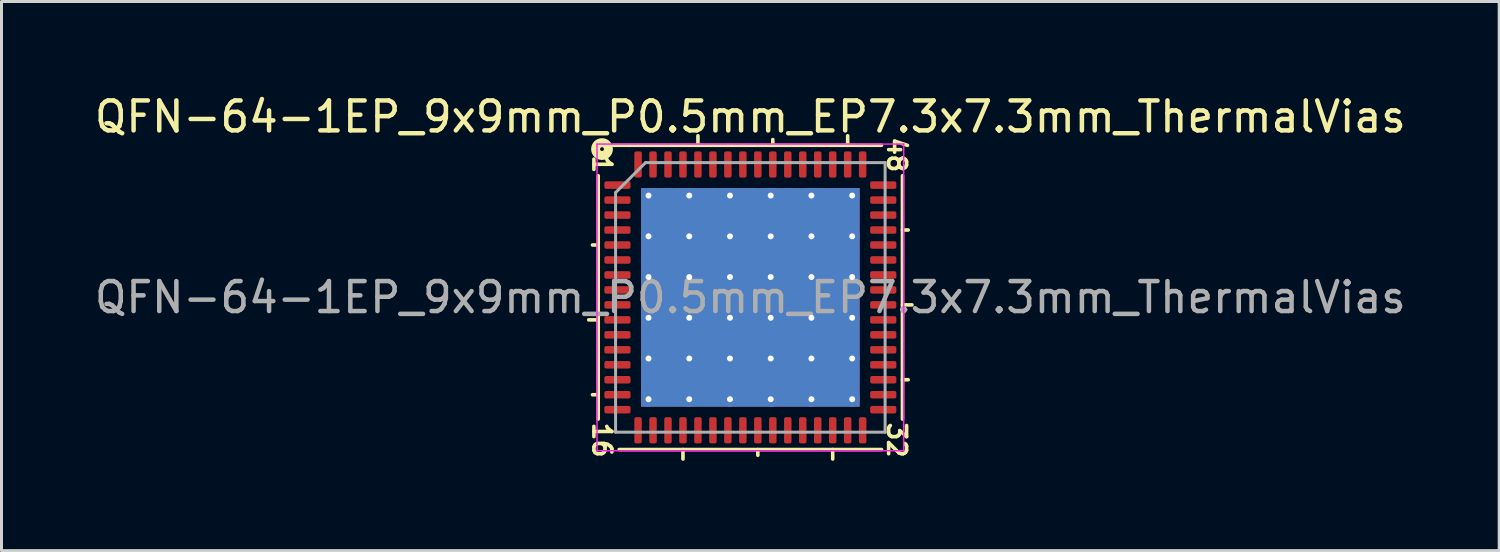
<source format=kicad_pcb>
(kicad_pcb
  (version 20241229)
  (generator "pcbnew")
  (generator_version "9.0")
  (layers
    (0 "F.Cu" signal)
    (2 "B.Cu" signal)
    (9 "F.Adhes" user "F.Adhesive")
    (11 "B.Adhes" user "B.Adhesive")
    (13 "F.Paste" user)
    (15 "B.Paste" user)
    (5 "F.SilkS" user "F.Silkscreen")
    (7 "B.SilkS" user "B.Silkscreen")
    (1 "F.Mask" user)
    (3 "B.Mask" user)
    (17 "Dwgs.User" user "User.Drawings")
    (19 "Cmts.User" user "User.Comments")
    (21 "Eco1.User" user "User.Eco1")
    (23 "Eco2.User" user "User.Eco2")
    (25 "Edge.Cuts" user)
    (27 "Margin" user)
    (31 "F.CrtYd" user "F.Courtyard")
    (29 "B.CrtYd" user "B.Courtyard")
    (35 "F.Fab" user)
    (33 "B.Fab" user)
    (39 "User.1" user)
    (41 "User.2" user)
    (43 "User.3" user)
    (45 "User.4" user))
  (footprint "QFN-64-1EP_9x9mm_P0.5mm_EP7.3x7.3mm_ThermalVias"
    (layer "F.Cu")
    (at 22.006 6.881)
    (property "Reference" "QFN-64-1EP_9x9mm_P0.5mm_EP7.3x7.3mm_ThermalVias" (at 0 -6.032 0) (layer "F.SilkS") (effects (font (size 1 1) (thickness 0.15))))
    (attr smd)
    (fp_line (start -5.08 -4.064) (end -5.08 4.064) (stroke (width 0.12) (type solid)) (layer "F.SilkS"))
    (fp_line (start -5.08 -1.75) (end -5.271 -1.75) (stroke (width 0.12) (type solid)) (layer "F.SilkS"))
    (fp_line (start -5.08 0.75) (end -5.397 0.75) (stroke (width 0.12) (type solid)) (layer "F.SilkS"))
    (fp_line (start -5.08 3.25) (end -5.271 3.25) (stroke (width 0.12) (type solid)) (layer "F.SilkS"))
    (fp_line (start -4.381 5.08) (end 4.381 5.08) (stroke (width 0.12) (type solid)) (layer "F.SilkS"))
    (fp_line (start -2.25 5.08) (end -2.25 5.397) (stroke (width 0.12) (type solid)) (layer "F.SilkS"))
    (fp_line (start -1.75 -5.08) (end -1.75 -5.397) (stroke (width 0.12) (type solid)) (layer "F.SilkS"))
    (fp_line (start 0.25 5.08) (end 0.25 5.271) (stroke (width 0.12) (type solid)) (layer "F.SilkS"))
    (fp_line (start 0.75 -5.08) (end 0.75 -5.271) (stroke (width 0.12) (type solid)) (layer "F.SilkS"))
    (fp_line (start 2.75 5.08) (end 2.75 5.397) (stroke (width 0.12) (type solid)) (layer "F.SilkS"))
    (fp_line (start 3.25 -5.08) (end 3.25 -5.397) (stroke (width 0.12) (type solid)) (layer "F.SilkS"))
    (fp_line (start 4.381 -5.08) (end -4.572 -5.08) (stroke (width 0.12) (type solid)) (layer "F.SilkS"))
    (fp_line (start 5.08 -2.25) (end 5.271 -2.25) (stroke (width 0.12) (type solid)) (layer "F.SilkS"))
    (fp_line (start 5.08 0.25) (end 5.397 0.25) (stroke (width 0.12) (type solid)) (layer "F.SilkS"))
    (fp_line (start 5.08 2.75) (end 5.271 2.75) (stroke (width 0.12) (type solid)) (layer "F.SilkS"))
    (fp_line (start 5.08 4.064) (end 5.08 -4.064) (stroke (width 0.12) (type solid)) (layer "F.SilkS"))
    (fp_circle (center -4.953 -4.953) (end -4.889 -4.953) (stroke (width 0.3) (type solid)) (fill no) (layer "F.SilkS"))
    (fp_line (start -5.12 -5.12) (end -5.12 5.12) (stroke (width 0.05) (type solid)) (layer "F.CrtYd"))
    (fp_line (start -5.12 5.12) (end 5.12 5.12) (stroke (width 0.05) (type solid)) (layer "F.CrtYd"))
    (fp_line (start 5.12 -5.12) (end -5.12 -5.12) (stroke (width 0.05) (type solid)) (layer "F.CrtYd"))
    (fp_line (start 5.12 5.12) (end 5.12 -5.12) (stroke (width 0.05) (type solid)) (layer "F.CrtYd"))
    (fp_line (start -4.5 -3.5) (end -3.5 -4.5) (stroke (width 0.1) (type solid)) (layer "F.Fab"))
    (fp_line (start -4.5 4.5) (end -4.5 -3.5) (stroke (width 0.1) (type solid)) (layer "F.Fab"))
    (fp_line (start -3.5 -4.5) (end 4.5 -4.5) (stroke (width 0.1) (type solid)) (layer "F.Fab"))
    (fp_line (start 4.5 -4.5) (end 4.5 4.5) (stroke (width 0.1) (type solid)) (layer "F.Fab"))
    (fp_line (start 4.5 4.5) (end -4.5 4.5) (stroke (width 0.1) (type solid)) (layer "F.Fab"))
    (fp_text user "1" (at -4.953 -4.445 270) (unlocked yes) (layer "F.SilkS") (effects (font (size 0.6 0.6) (thickness 0.12))))
    (fp_text user "32" (at 4.889 4.763 270) (unlocked yes) (layer "F.SilkS") (effects (font (size 0.6 0.6) (thickness 0.12))))
    (fp_text user "16" (at -4.953 4.763 270) (unlocked yes) (layer "F.SilkS") (effects (font (size 0.6 0.6) (thickness 0.12))))
    (fp_text user "48" (at 4.889 -4.763 270) (unlocked yes) (layer "F.SilkS") (effects (font (size 0.6 0.6) (thickness 0.12))))
    (fp_text user "${REFERENCE}" (at 0 0 0) (layer "F.Fab") (effects (font (size 1 1) (thickness 0.15))))
    (pad "" smd roundrect (at -2.72 -2.72) (size 1.177 1.177) (layers "F.Paste") (roundrect_rratio 0.212))
    (pad "" smd roundrect (at -2.72 -1.36) (size 1.177 1.177) (layers "F.Paste") (roundrect_rratio 0.212))
    (pad "" smd roundrect (at -2.72 0) (size 1.177 1.177) (layers "F.Paste") (roundrect_rratio 0.212))
    (pad "" smd roundrect (at -2.72 1.36) (size 1.177 1.177) (layers "F.Paste") (roundrect_rratio 0.212))
    (pad "" smd roundrect (at -2.72 2.72) (size 1.177 1.177) (layers "F.Paste") (roundrect_rratio 0.212))
    (pad "" smd roundrect (at -1.36 -2.72) (size 1.177 1.177) (layers "F.Paste") (roundrect_rratio 0.212))
    (pad "" smd roundrect (at -1.36 -1.36) (size 1.177 1.177) (layers "F.Paste") (roundrect_rratio 0.212))
    (pad "" smd roundrect (at -1.36 0) (size 1.177 1.177) (layers "F.Paste") (roundrect_rratio 0.212))
    (pad "" smd roundrect (at -1.36 1.36) (size 1.177 1.177) (layers "F.Paste") (roundrect_rratio 0.212))
    (pad "" smd roundrect (at -1.36 2.72) (size 1.177 1.177) (layers "F.Paste") (roundrect_rratio 0.212))
    (pad "" smd roundrect (at 0 -2.72) (size 1.177 1.177) (layers "F.Paste") (roundrect_rratio 0.212))
    (pad "" smd roundrect (at 0 -1.36) (size 1.177 1.177) (layers "F.Paste") (roundrect_rratio 0.212))
    (pad "" smd roundrect (at 0 0) (size 1.177 1.177) (layers "F.Paste") (roundrect_rratio 0.212))
    (pad "" smd roundrect (at 0 1.36) (size 1.177 1.177) (layers "F.Paste") (roundrect_rratio 0.212))
    (pad "" smd roundrect (at 0 2.72) (size 1.177 1.177) (layers "F.Paste") (roundrect_rratio 0.212))
    (pad "" smd roundrect (at 1.36 -2.72) (size 1.177 1.177) (layers "F.Paste") (roundrect_rratio 0.212))
    (pad "" smd roundrect (at 1.36 -1.36) (size 1.177 1.177) (layers "F.Paste") (roundrect_rratio 0.212))
    (pad "" smd roundrect (at 1.36 0) (size 1.177 1.177) (layers "F.Paste") (roundrect_rratio 0.212))
    (pad "" smd roundrect (at 1.36 1.36) (size 1.177 1.177) (layers "F.Paste") (roundrect_rratio 0.212))
    (pad "" smd roundrect (at 1.36 2.72) (size 1.177 1.177) (layers "F.Paste") (roundrect_rratio 0.212))
    (pad "" smd roundrect (at 2.72 -2.72) (size 1.177 1.177) (layers "F.Paste") (roundrect_rratio 0.212))
    (pad "" smd roundrect (at 2.72 -1.36) (size 1.177 1.177) (layers "F.Paste") (roundrect_rratio 0.212))
    (pad "" smd roundrect (at 2.72 0) (size 1.177 1.177) (layers "F.Paste") (roundrect_rratio 0.212))
    (pad "" smd roundrect (at 2.72 1.36) (size 1.177 1.177) (layers "F.Paste") (roundrect_rratio 0.212))
    (pad "" smd roundrect (at 2.72 2.72) (size 1.177 1.177) (layers "F.Paste") (roundrect_rratio 0.212))
    (pad "1" smd roundrect (at -4.438 -3.75) (size 0.875 0.25) (layers "F.Cu" "F.Mask" "F.Paste") (roundrect_rratio 0.25))
    (pad "2" smd roundrect (at -4.438 -3.25) (size 0.875 0.25) (layers "F.Cu" "F.Mask" "F.Paste") (roundrect_rratio 0.25))
    (pad "3" smd roundrect (at -4.438 -2.75) (size 0.875 0.25) (layers "F.Cu" "F.Mask" "F.Paste") (roundrect_rratio 0.25))
    (pad "4" smd roundrect (at -4.438 -2.25) (size 0.875 0.25) (layers "F.Cu" "F.Mask" "F.Paste") (roundrect_rratio 0.25))
    (pad "5" smd roundrect (at -4.438 -1.75) (size 0.875 0.25) (layers "F.Cu" "F.Mask" "F.Paste") (roundrect_rratio 0.25))
    (pad "6" smd roundrect (at -4.438 -1.25) (size 0.875 0.25) (layers "F.Cu" "F.Mask" "F.Paste") (roundrect_rratio 0.25))
    (pad "7" smd roundrect (at -4.438 -0.75) (size 0.875 0.25) (layers "F.Cu" "F.Mask" "F.Paste") (roundrect_rratio 0.25))
    (pad "8" smd roundrect (at -4.438 -0.25) (size 0.875 0.25) (layers "F.Cu" "F.Mask" "F.Paste") (roundrect_rratio 0.25))
    (pad "9" smd roundrect (at -4.438 0.25) (size 0.875 0.25) (layers "F.Cu" "F.Mask" "F.Paste") (roundrect_rratio 0.25))
    (pad "10" smd roundrect (at -4.438 0.75) (size 0.875 0.25) (layers "F.Cu" "F.Mask" "F.Paste") (roundrect_rratio 0.25))
    (pad "11" smd roundrect (at -4.438 1.25) (size 0.875 0.25) (layers "F.Cu" "F.Mask" "F.Paste") (roundrect_rratio 0.25))
    (pad "12" smd roundrect (at -4.438 1.75) (size 0.875 0.25) (layers "F.Cu" "F.Mask" "F.Paste") (roundrect_rratio 0.25))
    (pad "13" smd roundrect (at -4.438 2.25) (size 0.875 0.25) (layers "F.Cu" "F.Mask" "F.Paste") (roundrect_rratio 0.25))
    (pad "14" smd roundrect (at -4.438 2.75) (size 0.875 0.25) (layers "F.Cu" "F.Mask" "F.Paste") (roundrect_rratio 0.25))
    (pad "15" smd roundrect (at -4.438 3.25) (size 0.875 0.25) (layers "F.Cu" "F.Mask" "F.Paste") (roundrect_rratio 0.25))
    (pad "16" smd roundrect (at -4.438 3.75) (size 0.875 0.25) (layers "F.Cu" "F.Mask" "F.Paste") (roundrect_rratio 0.25))
    (pad "17" smd roundrect (at -3.75 4.438) (size 0.25 0.875) (layers "F.Cu" "F.Mask" "F.Paste") (roundrect_rratio 0.25))
    (pad "18" smd roundrect (at -3.25 4.438) (size 0.25 0.875) (layers "F.Cu" "F.Mask" "F.Paste") (roundrect_rratio 0.25))
    (pad "19" smd roundrect (at -2.75 4.438) (size 0.25 0.875) (layers "F.Cu" "F.Mask" "F.Paste") (roundrect_rratio 0.25))
    (pad "20" smd roundrect (at -2.25 4.438) (size 0.25 0.875) (layers "F.Cu" "F.Mask" "F.Paste") (roundrect_rratio 0.25))
    (pad "21" smd roundrect (at -1.75 4.438) (size 0.25 0.875) (layers "F.Cu" "F.Mask" "F.Paste") (roundrect_rratio 0.25))
    (pad "22" smd roundrect (at -1.25 4.438) (size 0.25 0.875) (layers "F.Cu" "F.Mask" "F.Paste") (roundrect_rratio 0.25))
    (pad "23" smd roundrect (at -0.75 4.438) (size 0.25 0.875) (layers "F.Cu" "F.Mask" "F.Paste") (roundrect_rratio 0.25))
    (pad "24" smd roundrect (at -0.25 4.438) (size 0.25 0.875) (layers "F.Cu" "F.Mask" "F.Paste") (roundrect_rratio 0.25))
    (pad "25" smd roundrect (at 0.25 4.438) (size 0.25 0.875) (layers "F.Cu" "F.Mask" "F.Paste") (roundrect_rratio 0.25))
    (pad "26" smd roundrect (at 0.75 4.438) (size 0.25 0.875) (layers "F.Cu" "F.Mask" "F.Paste") (roundrect_rratio 0.25))
    (pad "27" smd roundrect (at 1.25 4.438) (size 0.25 0.875) (layers "F.Cu" "F.Mask" "F.Paste") (roundrect_rratio 0.25))
    (pad "28" smd roundrect (at 1.75 4.438) (size 0.25 0.875) (layers "F.Cu" "F.Mask" "F.Paste") (roundrect_rratio 0.25))
    (pad "29" smd roundrect (at 2.25 4.438) (size 0.25 0.875) (layers "F.Cu" "F.Mask" "F.Paste") (roundrect_rratio 0.25))
    (pad "30" smd roundrect (at 2.75 4.438) (size 0.25 0.875) (layers "F.Cu" "F.Mask" "F.Paste") (roundrect_rratio 0.25))
    (pad "31" smd roundrect (at 3.25 4.438) (size 0.25 0.875) (layers "F.Cu" "F.Mask" "F.Paste") (roundrect_rratio 0.25))
    (pad "32" smd roundrect (at 3.75 4.438) (size 0.25 0.875) (layers "F.Cu" "F.Mask" "F.Paste") (roundrect_rratio 0.25))
    (pad "33" smd roundrect (at 4.438 3.75) (size 0.875 0.25) (layers "F.Cu" "F.Mask" "F.Paste") (roundrect_rratio 0.25))
    (pad "34" smd roundrect (at 4.438 3.25) (size 0.875 0.25) (layers "F.Cu" "F.Mask" "F.Paste") (roundrect_rratio 0.25))
    (pad "35" smd roundrect (at 4.438 2.75) (size 0.875 0.25) (layers "F.Cu" "F.Mask" "F.Paste") (roundrect_rratio 0.25))
    (pad "36" smd roundrect (at 4.438 2.25) (size 0.875 0.25) (layers "F.Cu" "F.Mask" "F.Paste") (roundrect_rratio 0.25))
    (pad "37" smd roundrect (at 4.438 1.75) (size 0.875 0.25) (layers "F.Cu" "F.Mask" "F.Paste") (roundrect_rratio 0.25))
    (pad "38" smd roundrect (at 4.438 1.25) (size 0.875 0.25) (layers "F.Cu" "F.Mask" "F.Paste") (roundrect_rratio 0.25))
    (pad "39" smd roundrect (at 4.438 0.75) (size 0.875 0.25) (layers "F.Cu" "F.Mask" "F.Paste") (roundrect_rratio 0.25))
    (pad "40" smd roundrect (at 4.438 0.25) (size 0.875 0.25) (layers "F.Cu" "F.Mask" "F.Paste") (roundrect_rratio 0.25))
    (pad "41" smd roundrect (at 4.438 -0.25) (size 0.875 0.25) (layers "F.Cu" "F.Mask" "F.Paste") (roundrect_rratio 0.25))
    (pad "42" smd roundrect (at 4.438 -0.75) (size 0.875 0.25) (layers "F.Cu" "F.Mask" "F.Paste") (roundrect_rratio 0.25))
    (pad "43" smd roundrect (at 4.438 -1.25) (size 0.875 0.25) (layers "F.Cu" "F.Mask" "F.Paste") (roundrect_rratio 0.25))
    (pad "44" smd roundrect (at 4.438 -1.75) (size 0.875 0.25) (layers "F.Cu" "F.Mask" "F.Paste") (roundrect_rratio 0.25))
    (pad "45" smd roundrect (at 4.438 -2.25) (size 0.875 0.25) (layers "F.Cu" "F.Mask" "F.Paste") (roundrect_rratio 0.25))
    (pad "46" smd roundrect (at 4.438 -2.75) (size 0.875 0.25) (layers "F.Cu" "F.Mask" "F.Paste") (roundrect_rratio 0.25))
    (pad "47" smd roundrect (at 4.438 -3.25) (size 0.875 0.25) (layers "F.Cu" "F.Mask" "F.Paste") (roundrect_rratio 0.25))
    (pad "48" smd roundrect (at 4.438 -3.75) (size 0.875 0.25) (layers "F.Cu" "F.Mask" "F.Paste") (roundrect_rratio 0.25))
    (pad "49" smd roundrect (at 3.75 -4.438) (size 0.25 0.875) (layers "F.Cu" "F.Mask" "F.Paste") (roundrect_rratio 0.25))
    (pad "50" smd roundrect (at 3.25 -4.438) (size 0.25 0.875) (layers "F.Cu" "F.Mask" "F.Paste") (roundrect_rratio 0.25))
    (pad "51" smd roundrect (at 2.75 -4.438) (size 0.25 0.875) (layers "F.Cu" "F.Mask" "F.Paste") (roundrect_rratio 0.25))
    (pad "52" smd roundrect (at 2.25 -4.438) (size 0.25 0.875) (layers "F.Cu" "F.Mask" "F.Paste") (roundrect_rratio 0.25))
    (pad "53" smd roundrect (at 1.75 -4.438) (size 0.25 0.875) (layers "F.Cu" "F.Mask" "F.Paste") (roundrect_rratio 0.25))
    (pad "54" smd roundrect (at 1.25 -4.438) (size 0.25 0.875) (layers "F.Cu" "F.Mask" "F.Paste") (roundrect_rratio 0.25))
    (pad "55" smd roundrect (at 0.75 -4.438) (size 0.25 0.875) (layers "F.Cu" "F.Mask" "F.Paste") (roundrect_rratio 0.25))
    (pad "56" smd roundrect (at 0.25 -4.438) (size 0.25 0.875) (layers "F.Cu" "F.Mask" "F.Paste") (roundrect_rratio 0.25))
    (pad "57" smd roundrect (at -0.25 -4.438) (size 0.25 0.875) (layers "F.Cu" "F.Mask" "F.Paste") (roundrect_rratio 0.25))
    (pad "58" smd roundrect (at -0.75 -4.438) (size 0.25 0.875) (layers "F.Cu" "F.Mask" "F.Paste") (roundrect_rratio 0.25))
    (pad "59" smd roundrect (at -1.25 -4.438) (size 0.25 0.875) (layers "F.Cu" "F.Mask" "F.Paste") (roundrect_rratio 0.25))
    (pad "60" smd roundrect (at -1.75 -4.438) (size 0.25 0.875) (layers "F.Cu" "F.Mask" "F.Paste") (roundrect_rratio 0.25))
    (pad "61" smd roundrect (at -2.25 -4.438) (size 0.25 0.875) (layers "F.Cu" "F.Mask" "F.Paste") (roundrect_rratio 0.25))
    (pad "62" smd roundrect (at -2.75 -4.438) (size 0.25 0.875) (layers "F.Cu" "F.Mask" "F.Paste") (roundrect_rratio 0.25))
    (pad "63" smd roundrect (at -3.25 -4.438) (size 0.25 0.875) (layers "F.Cu" "F.Mask" "F.Paste") (roundrect_rratio 0.25))
    (pad "64" smd roundrect (at -3.75 -4.438) (size 0.25 0.875) (layers "F.Cu" "F.Mask" "F.Paste") (roundrect_rratio 0.25))
    (pad "65" thru_hole circle (at -3.4 -3.4) (size 0.5 0.5) (drill 0.2) (layers "*.Cu"))
    (pad "65" thru_hole circle (at -3.4 -2.04) (size 0.5 0.5) (drill 0.2) (layers "*.Cu"))
    (pad "65" thru_hole circle (at -3.4 -0.68) (size 0.5 0.5) (drill 0.2) (layers "*.Cu"))
    (pad "65" thru_hole circle (at -3.4 0.68) (size 0.5 0.5) (drill 0.2) (layers "*.Cu"))
    (pad "65" thru_hole circle (at -3.4 2.04) (size 0.5 0.5) (drill 0.2) (layers "*.Cu"))
    (pad "65" thru_hole circle (at -3.4 3.4) (size 0.5 0.5) (drill 0.2) (layers "*.Cu"))
    (pad "65" thru_hole circle (at -2.04 -3.4) (size 0.5 0.5) (drill 0.2) (layers "*.Cu"))
    (pad "65" thru_hole circle (at -2.04 -2.04) (size 0.5 0.5) (drill 0.2) (layers "*.Cu"))
    (pad "65" thru_hole circle (at -2.04 -0.68) (size 0.5 0.5) (drill 0.2) (layers "*.Cu"))
    (pad "65" thru_hole circle (at -2.04 0.68) (size 0.5 0.5) (drill 0.2) (layers "*.Cu"))
    (pad "65" thru_hole circle (at -2.04 2.04) (size 0.5 0.5) (drill 0.2) (layers "*.Cu"))
    (pad "65" thru_hole circle (at -2.04 3.4) (size 0.5 0.5) (drill 0.2) (layers "*.Cu"))
    (pad "65" thru_hole circle (at -0.68 -3.4) (size 0.5 0.5) (drill 0.2) (layers "*.Cu"))
    (pad "65" thru_hole circle (at -0.68 -2.04) (size 0.5 0.5) (drill 0.2) (layers "*.Cu"))
    (pad "65" thru_hole circle (at -0.68 -0.68) (size 0.5 0.5) (drill 0.2) (layers "*.Cu"))
    (pad "65" thru_hole circle (at -0.68 0.68) (size 0.5 0.5) (drill 0.2) (layers "*.Cu"))
    (pad "65" thru_hole circle (at -0.68 2.04) (size 0.5 0.5) (drill 0.2) (layers "*.Cu"))
    (pad "65" thru_hole circle (at -0.68 3.4) (size 0.5 0.5) (drill 0.2) (layers "*.Cu"))
    (pad "65" smd rect (at 0 0) (size 7.3 7.3) (layers "F.Cu" "F.Mask"))
    (pad "65" smd rect (at 0 0) (size 7.3 7.3) (layers "B.Cu" "B.Mask"))
    (pad "65" thru_hole circle (at 0.68 -3.4) (size 0.5 0.5) (drill 0.2) (layers "*.Cu"))
    (pad "65" thru_hole circle (at 0.68 -2.04) (size 0.5 0.5) (drill 0.2) (layers "*.Cu"))
    (pad "65" thru_hole circle (at 0.68 -0.68) (size 0.5 0.5) (drill 0.2) (layers "*.Cu"))
    (pad "65" thru_hole circle (at 0.68 0.68) (size 0.5 0.5) (drill 0.2) (layers "*.Cu"))
    (pad "65" thru_hole circle (at 0.68 2.04) (size 0.5 0.5) (drill 0.2) (layers "*.Cu"))
    (pad "65" thru_hole circle (at 0.68 3.4) (size 0.5 0.5) (drill 0.2) (layers "*.Cu"))
    (pad "65" thru_hole circle (at 2.04 -3.4) (size 0.5 0.5) (drill 0.2) (layers "*.Cu"))
    (pad "65" thru_hole circle (at 2.04 -2.04) (size 0.5 0.5) (drill 0.2) (layers "*.Cu"))
    (pad "65" thru_hole circle (at 2.04 -0.68) (size 0.5 0.5) (drill 0.2) (layers "*.Cu"))
    (pad "65" thru_hole circle (at 2.04 0.68) (size 0.5 0.5) (drill 0.2) (layers "*.Cu"))
    (pad "65" thru_hole circle (at 2.04 2.04) (size 0.5 0.5) (drill 0.2) (layers "*.Cu"))
    (pad "65" thru_hole circle (at 2.04 3.4) (size 0.5 0.5) (drill 0.2) (layers "*.Cu"))
    (pad "65" thru_hole circle (at 3.4 -3.4) (size 0.5 0.5) (drill 0.2) (layers "*.Cu"))
    (pad "65" thru_hole circle (at 3.4 -2.04) (size 0.5 0.5) (drill 0.2) (layers "*.Cu"))
    (pad "65" thru_hole circle (at 3.4 -0.68) (size 0.5 0.5) (drill 0.2) (layers "*.Cu"))
    (pad "65" thru_hole circle (at 3.4 0.68) (size 0.5 0.5) (drill 0.2) (layers "*.Cu"))
    (pad "65" thru_hole circle (at 3.4 2.04) (size 0.5 0.5) (drill 0.2) (layers "*.Cu"))
    (pad "65" thru_hole circle (at 3.4 3.4) (size 0.5 0.5) (drill 0.2) (layers "*.Cu")))
  (gr_rect
    (start -3 -3)
    (end 47.012 15.338)
    (stroke (width 0.1) (type default))
    (fill no)
    (layer "Edge.Cuts")))
</source>
